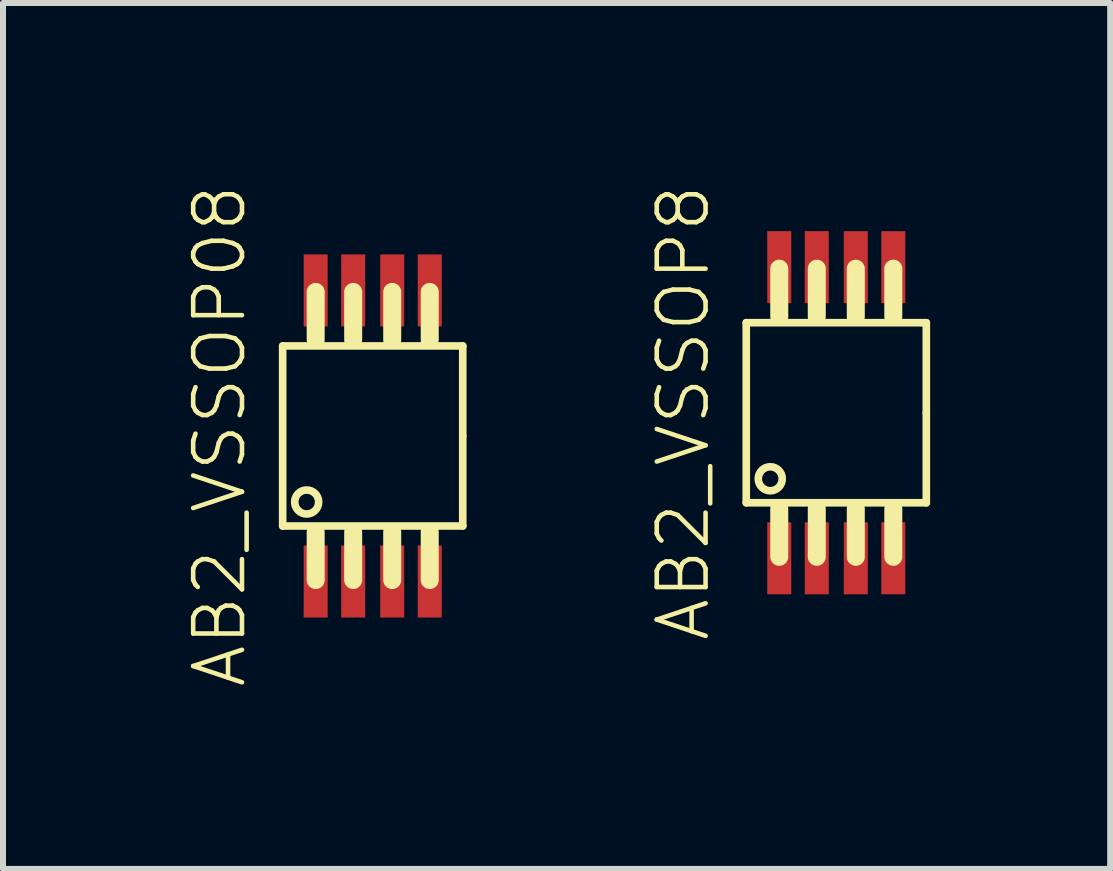
<source format=kicad_pcb>
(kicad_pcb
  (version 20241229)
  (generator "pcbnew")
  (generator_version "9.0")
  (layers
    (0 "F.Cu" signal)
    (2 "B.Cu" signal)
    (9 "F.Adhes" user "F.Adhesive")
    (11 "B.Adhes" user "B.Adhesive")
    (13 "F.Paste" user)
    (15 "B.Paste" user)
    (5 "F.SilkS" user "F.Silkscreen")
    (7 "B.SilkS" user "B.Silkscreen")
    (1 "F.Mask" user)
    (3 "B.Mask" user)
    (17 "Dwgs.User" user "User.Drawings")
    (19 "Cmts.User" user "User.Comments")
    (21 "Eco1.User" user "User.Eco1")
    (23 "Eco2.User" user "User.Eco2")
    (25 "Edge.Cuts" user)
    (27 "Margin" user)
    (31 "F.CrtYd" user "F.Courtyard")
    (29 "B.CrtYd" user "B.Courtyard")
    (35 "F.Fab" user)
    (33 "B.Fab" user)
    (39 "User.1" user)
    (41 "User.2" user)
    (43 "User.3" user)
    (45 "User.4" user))
  (footprint "AB2_VSSOP08"
    (layer "F.Cu")
    (at 3.159 4.213)
    (property "Reference" "AB2_VSSOP08" (at -2.55 0 90) (layer "F.SilkS") (effects (font (size 0.813 0.813) (thickness 0.076))))
    (attr through_hole)
    (fp_line (start -1.5 -1.5) (end 1.5 -1.5) (stroke (width 0.127) (type solid)) (layer "F.SilkS"))
    (fp_line (start -1.5 1.5) (end -1.5 -1.5) (stroke (width 0.127) (type solid)) (layer "F.SilkS"))
    (fp_line (start -0.95 -1.6) (end -0.95 -2.4) (stroke (width 0.3) (type solid)) (layer "F.SilkS"))
    (fp_line (start -0.95 2.4) (end -0.95 1.6) (stroke (width 0.3) (type solid)) (layer "F.SilkS"))
    (fp_line (start -0.325 -1.6) (end -0.325 -2.4) (stroke (width 0.3) (type solid)) (layer "F.SilkS"))
    (fp_line (start -0.325 2.4) (end -0.325 1.6) (stroke (width 0.3) (type solid)) (layer "F.SilkS"))
    (fp_line (start 0.325 -1.6) (end 0.325 -2.4) (stroke (width 0.3) (type solid)) (layer "F.SilkS"))
    (fp_line (start 0.325 2.4) (end 0.325 1.6) (stroke (width 0.3) (type solid)) (layer "F.SilkS"))
    (fp_line (start 0.95 -1.6) (end 0.95 -2.4) (stroke (width 0.3) (type solid)) (layer "F.SilkS"))
    (fp_line (start 0.95 2.4) (end 0.95 1.6) (stroke (width 0.3) (type solid)) (layer "F.SilkS"))
    (fp_line (start 1.5 -1.5) (end 1.5 0) (stroke (width 0.127) (type solid)) (layer "F.SilkS"))
    (fp_line (start 1.5 0) (end 1.5 1.5) (stroke (width 0.127) (type solid)) (layer "F.SilkS"))
    (fp_line (start 1.5 1.5) (end -1.5 1.5) (stroke (width 0.127) (type solid)) (layer "F.SilkS"))
    (fp_circle (center -1.1 1.1) (end -0.9 1.1) (stroke (width 0.127) (type solid)) (fill no) (layer "F.SilkS"))
    (pad "1" smd rect (at -0.95 2.425) (size 0.4 1.2) (layers "F.Cu" "F.Mask" "F.Paste"))
    (pad "2" smd rect (at -0.325 2.425) (size 0.4 1.2) (layers "F.Cu" "F.Mask" "F.Paste"))
    (pad "3" smd rect (at 0.325 2.425) (size 0.4 1.2) (layers "F.Cu" "F.Mask" "F.Paste"))
    (pad "4" smd rect (at 0.95 2.425) (size 0.4 1.2) (layers "F.Cu" "F.Mask" "F.Paste"))
    (pad "5" smd rect (at 0.95 -2.425) (size 0.4 1.2) (layers "F.Cu" "F.Mask" "F.Paste"))
    (pad "6" smd rect (at 0.325 -2.425) (size 0.4 1.2) (layers "F.Cu" "F.Mask" "F.Paste"))
    (pad "7" smd rect (at -0.325 -2.425) (size 0.4 1.2) (layers "F.Cu" "F.Mask" "F.Paste"))
    (pad "8" smd rect (at -0.95 -2.425) (size 0.4 1.2) (layers "F.Cu" "F.Mask" "F.Paste")))
  (footprint "AB2_VSSOP8"
    (layer "F.Cu")
    (at 10.882 3.826)
    (property "Reference" "AB2_VSSOP8" (at -2.55 0 90) (layer "F.SilkS") (effects (font (size 0.813 0.813) (thickness 0.076))))
    (attr through_hole)
    (fp_line (start -1.5 -1.5) (end 1.5 -1.5) (stroke (width 0.127) (type solid)) (layer "F.SilkS"))
    (fp_line (start -1.5 1.5) (end -1.5 -1.5) (stroke (width 0.127) (type solid)) (layer "F.SilkS"))
    (fp_line (start -0.95 -1.6) (end -0.95 -2.4) (stroke (width 0.3) (type solid)) (layer "F.SilkS"))
    (fp_line (start -0.95 2.4) (end -0.95 1.6) (stroke (width 0.3) (type solid)) (layer "F.SilkS"))
    (fp_line (start -0.325 -1.6) (end -0.325 -2.4) (stroke (width 0.3) (type solid)) (layer "F.SilkS"))
    (fp_line (start -0.325 2.4) (end -0.325 1.6) (stroke (width 0.3) (type solid)) (layer "F.SilkS"))
    (fp_line (start 0.325 -1.6) (end 0.325 -2.4) (stroke (width 0.3) (type solid)) (layer "F.SilkS"))
    (fp_line (start 0.325 2.4) (end 0.325 1.6) (stroke (width 0.3) (type solid)) (layer "F.SilkS"))
    (fp_line (start 0.95 -1.6) (end 0.95 -2.4) (stroke (width 0.3) (type solid)) (layer "F.SilkS"))
    (fp_line (start 0.95 2.4) (end 0.95 1.6) (stroke (width 0.3) (type solid)) (layer "F.SilkS"))
    (fp_line (start 1.5 -1.5) (end 1.5 0) (stroke (width 0.127) (type solid)) (layer "F.SilkS"))
    (fp_line (start 1.5 0) (end 1.5 1.5) (stroke (width 0.127) (type solid)) (layer "F.SilkS"))
    (fp_line (start 1.5 1.5) (end -1.5 1.5) (stroke (width 0.127) (type solid)) (layer "F.SilkS"))
    (fp_circle (center -1.1 1.1) (end -0.9 1.1) (stroke (width 0.127) (type solid)) (fill no) (layer "F.SilkS"))
    (pad "1" smd rect (at -0.95 2.425) (size 0.4 1.2) (layers "F.Cu" "F.Mask" "F.Paste"))
    (pad "2" smd rect (at -0.325 2.425) (size 0.4 1.2) (layers "F.Cu" "F.Mask" "F.Paste"))
    (pad "3" smd rect (at 0.325 2.425) (size 0.4 1.2) (layers "F.Cu" "F.Mask" "F.Paste"))
    (pad "4" smd rect (at 0.95 2.425) (size 0.4 1.2) (layers "F.Cu" "F.Mask" "F.Paste"))
    (pad "5" smd rect (at 0.95 -2.425) (size 0.4 1.2) (layers "F.Cu" "F.Mask" "F.Paste"))
    (pad "6" smd rect (at 0.325 -2.425) (size 0.4 1.2) (layers "F.Cu" "F.Mask" "F.Paste"))
    (pad "7" smd rect (at -0.325 -2.425) (size 0.4 1.2) (layers "F.Cu" "F.Mask" "F.Paste"))
    (pad "8" smd rect (at -0.95 -2.425) (size 0.4 1.2) (layers "F.Cu" "F.Mask" "F.Paste")))
  (gr_rect
    (start -3 -3)
    (end 15.445 11.426)
    (stroke (width 0.1) (type default))
    (fill no)
    (layer "Edge.Cuts")))
</source>
